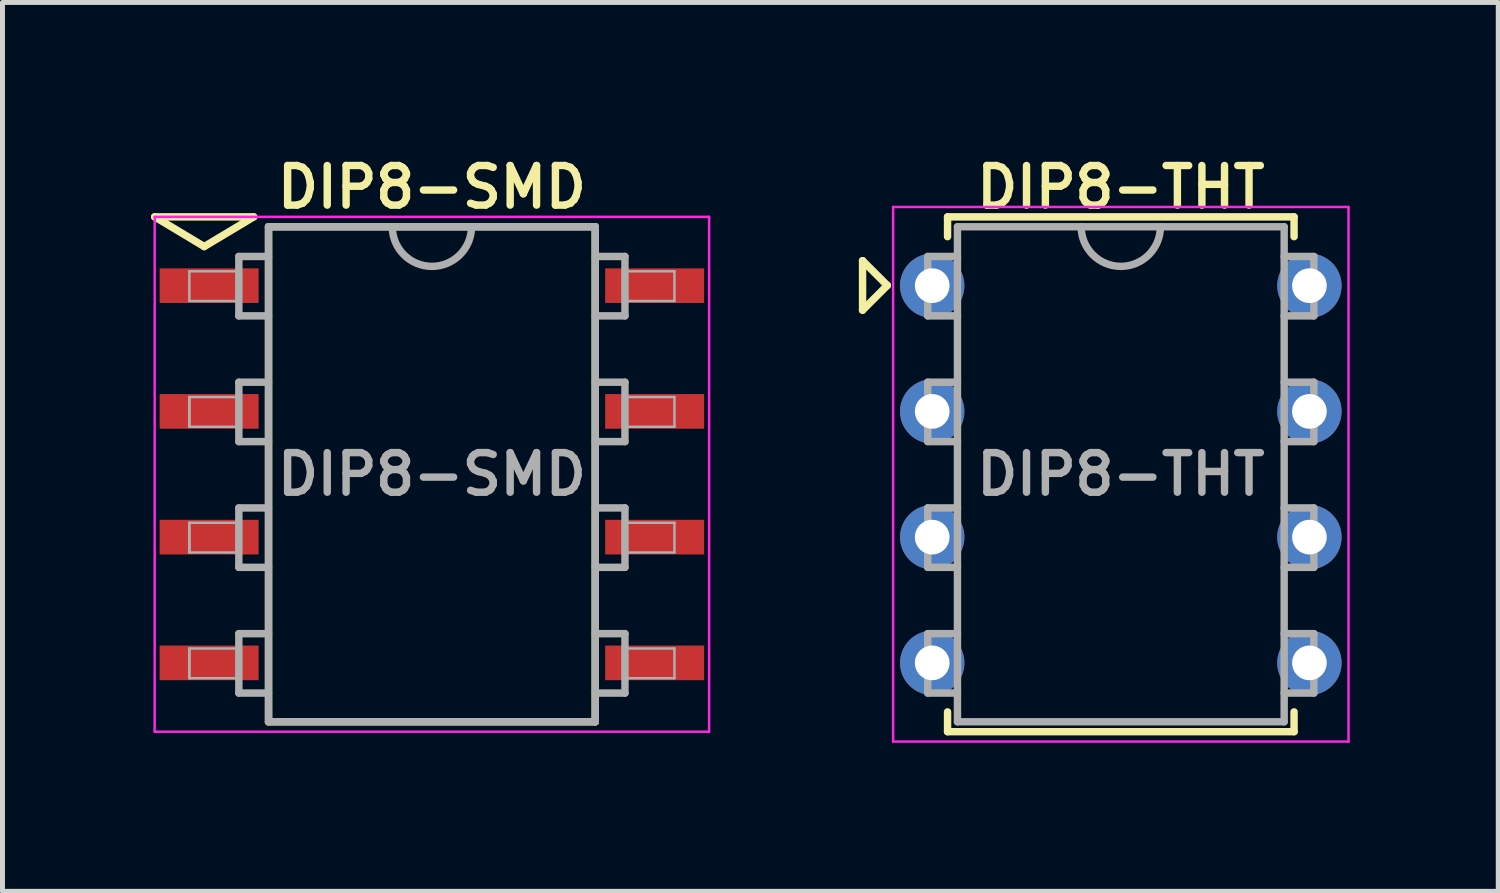
<source format=kicad_pcb>
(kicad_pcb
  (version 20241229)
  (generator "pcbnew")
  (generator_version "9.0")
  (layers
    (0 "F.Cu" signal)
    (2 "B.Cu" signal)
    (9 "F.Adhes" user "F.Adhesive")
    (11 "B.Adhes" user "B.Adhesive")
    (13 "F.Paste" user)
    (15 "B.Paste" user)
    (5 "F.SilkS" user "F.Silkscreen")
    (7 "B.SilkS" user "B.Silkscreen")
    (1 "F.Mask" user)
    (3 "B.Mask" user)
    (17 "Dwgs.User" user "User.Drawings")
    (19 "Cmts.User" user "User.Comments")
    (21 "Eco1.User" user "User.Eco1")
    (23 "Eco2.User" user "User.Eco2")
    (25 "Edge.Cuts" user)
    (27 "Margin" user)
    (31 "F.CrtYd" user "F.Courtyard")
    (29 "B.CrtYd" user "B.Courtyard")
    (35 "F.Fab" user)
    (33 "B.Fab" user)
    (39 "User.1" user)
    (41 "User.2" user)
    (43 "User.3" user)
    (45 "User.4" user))
  (footprint "DIP8-THT"
    (layer "F.Cu")
    (at 19.592 6.531)
    (property "Reference" "DIP8-THT" (at 0 -5.8 0) (layer "F.SilkS") (effects (font (size 0.8 0.8) (thickness 0.15))))
    (attr through_hole)
    (fp_line (start -5.217 -4.315) (end -4.717 -3.815) (stroke (width 0.15) (type solid)) (layer "F.SilkS"))
    (fp_line (start -5.217 -3.315) (end -5.217 -4.315) (stroke (width 0.15) (type solid)) (layer "F.SilkS"))
    (fp_line (start -4.717 -3.815) (end -5.217 -3.315) (stroke (width 0.15) (type solid)) (layer "F.SilkS"))
    (fp_line (start -3.5 -5.2) (end -3.5 -4.8) (stroke (width 0.15) (type solid)) (layer "F.SilkS"))
    (fp_line (start -3.5 -5.2) (end 3.5 -5.2) (stroke (width 0.15) (type solid)) (layer "F.SilkS"))
    (fp_line (start -3.5 5.2) (end -3.5 4.8) (stroke (width 0.15) (type solid)) (layer "F.SilkS"))
    (fp_line (start 3.5 -5.2) (end 3.5 -4.8) (stroke (width 0.15) (type solid)) (layer "F.SilkS"))
    (fp_line (start 3.5 5.2) (end -3.5 5.2) (stroke (width 0.15) (type solid)) (layer "F.SilkS"))
    (fp_line (start 3.5 5.2) (end 3.5 4.8) (stroke (width 0.15) (type solid)) (layer "F.SilkS"))
    (fp_line (start -4.6 -5.4) (end 4.6 -5.4) (stroke (width 0.05) (type solid)) (layer "F.CrtYd"))
    (fp_line (start -4.6 5.4) (end -4.6 -5.4) (stroke (width 0.05) (type solid)) (layer "F.CrtYd"))
    (fp_line (start 4.6 -5.4) (end 4.6 5.4) (stroke (width 0.05) (type solid)) (layer "F.CrtYd"))
    (fp_line (start 4.6 5.4) (end -4.6 5.4) (stroke (width 0.05) (type solid)) (layer "F.CrtYd"))
    (fp_line (start -3.9 -4.4) (end -3.9 -3.2) (stroke (width 0.15) (type solid)) (layer "F.Fab"))
    (fp_line (start -3.9 -3.2) (end -3.3 -3.2) (stroke (width 0.15) (type solid)) (layer "F.Fab"))
    (fp_line (start -3.9 -1.86) (end -3.9 -0.66) (stroke (width 0.15) (type solid)) (layer "F.Fab"))
    (fp_line (start -3.9 -0.66) (end -3.3 -0.66) (stroke (width 0.15) (type solid)) (layer "F.Fab"))
    (fp_line (start -3.9 0.68) (end -3.9 1.88) (stroke (width 0.15) (type solid)) (layer "F.Fab"))
    (fp_line (start -3.9 1.88) (end -3.3 1.88) (stroke (width 0.15) (type solid)) (layer "F.Fab"))
    (fp_line (start -3.9 3.22) (end -3.9 4.42) (stroke (width 0.15) (type solid)) (layer "F.Fab"))
    (fp_line (start -3.9 4.42) (end -3.3 4.42) (stroke (width 0.15) (type solid)) (layer "F.Fab"))
    (fp_line (start -3.3 -5) (end -3.3 5) (stroke (width 0.15) (type solid)) (layer "F.Fab"))
    (fp_line (start -3.3 -4.4) (end -3.9 -4.4) (stroke (width 0.15) (type solid)) (layer "F.Fab"))
    (fp_line (start -3.3 -1.86) (end -3.9 -1.86) (stroke (width 0.15) (type solid)) (layer "F.Fab"))
    (fp_line (start -3.3 0.68) (end -3.9 0.68) (stroke (width 0.15) (type solid)) (layer "F.Fab"))
    (fp_line (start -3.3 3.22) (end -3.9 3.22) (stroke (width 0.15) (type solid)) (layer "F.Fab"))
    (fp_line (start -3.3 5) (end 3.3 5) (stroke (width 0.15) (type solid)) (layer "F.Fab"))
    (fp_line (start 3.3 -5) (end -3.3 -5) (stroke (width 0.15) (type solid)) (layer "F.Fab"))
    (fp_line (start 3.3 -3.2) (end 3.9 -3.2) (stroke (width 0.15) (type solid)) (layer "F.Fab"))
    (fp_line (start 3.3 -0.66) (end 3.9 -0.66) (stroke (width 0.15) (type solid)) (layer "F.Fab"))
    (fp_line (start 3.3 1.88) (end 3.9 1.88) (stroke (width 0.15) (type solid)) (layer "F.Fab"))
    (fp_line (start 3.3 4.42) (end 3.9 4.42) (stroke (width 0.15) (type solid)) (layer "F.Fab"))
    (fp_line (start 3.3 5) (end 3.3 -5) (stroke (width 0.15) (type solid)) (layer "F.Fab"))
    (fp_line (start 3.9 -4.4) (end 3.3 -4.4) (stroke (width 0.15) (type solid)) (layer "F.Fab"))
    (fp_line (start 3.9 -4.4) (end 3.9 -3.2) (stroke (width 0.15) (type solid)) (layer "F.Fab"))
    (fp_line (start 3.9 -1.86) (end 3.3 -1.86) (stroke (width 0.15) (type solid)) (layer "F.Fab"))
    (fp_line (start 3.9 -1.86) (end 3.9 -0.66) (stroke (width 0.15) (type solid)) (layer "F.Fab"))
    (fp_line (start 3.9 0.68) (end 3.3 0.68) (stroke (width 0.15) (type solid)) (layer "F.Fab"))
    (fp_line (start 3.9 0.68) (end 3.9 1.88) (stroke (width 0.15) (type solid)) (layer "F.Fab"))
    (fp_line (start 3.9 3.22) (end 3.3 3.22) (stroke (width 0.15) (type solid)) (layer "F.Fab"))
    (fp_line (start 3.9 3.22) (end 3.9 4.42) (stroke (width 0.15) (type solid)) (layer "F.Fab"))
    (fp_arc (start 0.8 -5) (mid 0 -4.2) (end -0.8 -5) (stroke (width 0.15) (type solid)) (layer "F.Fab"))
    (fp_text user "${REFERENCE}" (at 0 0 0) (layer "F.Fab") (effects (font (size 0.8 0.8) (thickness 0.15))))
    (pad "1" thru_hole circle (at -3.81 -3.81) (size 1.3 1.3) (drill 0.7) (layers "*.Cu" "*.Mask"))
    (pad "2" thru_hole circle (at -3.81 -1.27) (size 1.3 1.3) (drill 0.7) (layers "*.Cu" "*.Mask"))
    (pad "3" thru_hole circle (at -3.81 1.27) (size 1.3 1.3) (drill 0.7) (layers "*.Cu" "*.Mask"))
    (pad "4" thru_hole circle (at -3.81 3.81) (size 1.3 1.3) (drill 0.7) (layers "*.Cu" "*.Mask"))
    (pad "5" thru_hole circle (at 3.81 3.81) (size 1.3 1.3) (drill 0.7) (layers "*.Cu" "*.Mask"))
    (pad "6" thru_hole circle (at 3.81 1.27) (size 1.3 1.3) (drill 0.7) (layers "*.Cu" "*.Mask"))
    (pad "7" thru_hole circle (at 3.81 -1.27) (size 1.3 1.3) (drill 0.7) (layers "*.Cu" "*.Mask"))
    (pad "8" thru_hole circle (at 3.81 -3.81) (size 1.3 1.3) (drill 0.7) (layers "*.Cu" "*.Mask")))
  (footprint "DIP8-SMD"
    (layer "F.Cu")
    (at 5.675 6.531)
    (property "Reference" "DIP8-SMD" (at 0 -5.8 0) (layer "F.SilkS") (effects (font (size 0.8 0.8) (thickness 0.15))))
    (attr through_hole)
    (fp_line (start -5.6 -5.2) (end -3.6 -5.2) (stroke (width 0.15) (type solid)) (layer "F.SilkS"))
    (fp_line (start -4.6 -4.6) (end -5.6 -5.2) (stroke (width 0.15) (type solid)) (layer "F.SilkS"))
    (fp_line (start -3.6 -5.2) (end -4.6 -4.6) (stroke (width 0.15) (type solid)) (layer "F.SilkS"))
    (fp_line (start -3.3 -5) (end 3.3 -5) (stroke (width 0.15) (type solid)) (layer "F.SilkS"))
    (fp_line (start -3.3 5) (end -3.3 -5) (stroke (width 0.15) (type solid)) (layer "F.SilkS"))
    (fp_line (start 3.3 -5) (end 3.3 5) (stroke (width 0.15) (type solid)) (layer "F.SilkS"))
    (fp_line (start 3.3 5) (end -3.3 5) (stroke (width 0.15) (type solid)) (layer "F.SilkS"))
    (fp_line (start -5.6 -5.2) (end 5.6 -5.2) (stroke (width 0.05) (type solid)) (layer "F.CrtYd"))
    (fp_line (start -5.6 5.2) (end -5.6 -5.2) (stroke (width 0.05) (type solid)) (layer "F.CrtYd"))
    (fp_line (start 5.6 -5.2) (end 5.6 5.2) (stroke (width 0.05) (type solid)) (layer "F.CrtYd"))
    (fp_line (start 5.6 5.2) (end -5.6 5.2) (stroke (width 0.05) (type solid)) (layer "F.CrtYd"))
    (fp_line (start -4.9 -4.1) (end -4.9 -3.5) (stroke (width 0.05) (type solid)) (layer "F.Fab"))
    (fp_line (start -4.9 -3.5) (end -3.9 -3.5) (stroke (width 0.05) (type solid)) (layer "F.Fab"))
    (fp_line (start -4.9 -1.56) (end -4.9 -0.96) (stroke (width 0.05) (type solid)) (layer "F.Fab"))
    (fp_line (start -4.9 -1.56) (end -4.9 -0.96) (stroke (width 0.05) (type solid)) (layer "F.Fab"))
    (fp_line (start -4.9 -0.96) (end -3.9 -0.96) (stroke (width 0.05) (type solid)) (layer "F.Fab"))
    (fp_line (start -4.9 0.98) (end -4.9 1.58) (stroke (width 0.05) (type solid)) (layer "F.Fab"))
    (fp_line (start -4.9 0.98) (end -4.9 1.58) (stroke (width 0.05) (type solid)) (layer "F.Fab"))
    (fp_line (start -4.9 1.58) (end -3.9 1.58) (stroke (width 0.05) (type solid)) (layer "F.Fab"))
    (fp_line (start -4.9 3.52) (end -4.9 4.12) (stroke (width 0.05) (type solid)) (layer "F.Fab"))
    (fp_line (start -4.9 3.52) (end -4.9 4.12) (stroke (width 0.05) (type solid)) (layer "F.Fab"))
    (fp_line (start -4.9 4.12) (end -3.9 4.12) (stroke (width 0.05) (type solid)) (layer "F.Fab"))
    (fp_line (start -3.9 -4.4) (end -3.9 -3.2) (stroke (width 0.15) (type solid)) (layer "F.Fab"))
    (fp_line (start -3.9 -4.1) (end -4.9 -4.1) (stroke (width 0.05) (type solid)) (layer "F.Fab"))
    (fp_line (start -3.9 -3.2) (end -3.3 -3.2) (stroke (width 0.15) (type solid)) (layer "F.Fab"))
    (fp_line (start -3.9 -1.86) (end -3.9 -0.66) (stroke (width 0.15) (type solid)) (layer "F.Fab"))
    (fp_line (start -3.9 -1.56) (end -4.9 -1.56) (stroke (width 0.05) (type solid)) (layer "F.Fab"))
    (fp_line (start -3.9 -0.66) (end -3.3 -0.66) (stroke (width 0.15) (type solid)) (layer "F.Fab"))
    (fp_line (start -3.9 0.68) (end -3.9 1.88) (stroke (width 0.15) (type solid)) (layer "F.Fab"))
    (fp_line (start -3.9 0.98) (end -4.9 0.98) (stroke (width 0.05) (type solid)) (layer "F.Fab"))
    (fp_line (start -3.9 1.88) (end -3.3 1.88) (stroke (width 0.15) (type solid)) (layer "F.Fab"))
    (fp_line (start -3.9 3.22) (end -3.9 4.42) (stroke (width 0.15) (type solid)) (layer "F.Fab"))
    (fp_line (start -3.9 3.52) (end -4.9 3.52) (stroke (width 0.05) (type solid)) (layer "F.Fab"))
    (fp_line (start -3.9 4.42) (end -3.3 4.42) (stroke (width 0.15) (type solid)) (layer "F.Fab"))
    (fp_line (start -3.3 -5) (end -3.3 5) (stroke (width 0.15) (type solid)) (layer "F.Fab"))
    (fp_line (start -3.3 -4.4) (end -3.9 -4.4) (stroke (width 0.15) (type solid)) (layer "F.Fab"))
    (fp_line (start -3.3 -1.86) (end -3.9 -1.86) (stroke (width 0.15) (type solid)) (layer "F.Fab"))
    (fp_line (start -3.3 0.68) (end -3.9 0.68) (stroke (width 0.15) (type solid)) (layer "F.Fab"))
    (fp_line (start -3.3 3.22) (end -3.9 3.22) (stroke (width 0.15) (type solid)) (layer "F.Fab"))
    (fp_line (start -3.3 5) (end 3.3 5) (stroke (width 0.15) (type solid)) (layer "F.Fab"))
    (fp_line (start 3.3 -5) (end -3.3 -5) (stroke (width 0.15) (type solid)) (layer "F.Fab"))
    (fp_line (start 3.3 -3.2) (end 3.9 -3.2) (stroke (width 0.15) (type solid)) (layer "F.Fab"))
    (fp_line (start 3.3 -0.66) (end 3.9 -0.66) (stroke (width 0.15) (type solid)) (layer "F.Fab"))
    (fp_line (start 3.3 1.88) (end 3.9 1.88) (stroke (width 0.15) (type solid)) (layer "F.Fab"))
    (fp_line (start 3.3 4.42) (end 3.9 4.42) (stroke (width 0.15) (type solid)) (layer "F.Fab"))
    (fp_line (start 3.3 5) (end 3.3 -5) (stroke (width 0.15) (type solid)) (layer "F.Fab"))
    (fp_line (start 3.9 -4.4) (end 3.3 -4.4) (stroke (width 0.15) (type solid)) (layer "F.Fab"))
    (fp_line (start 3.9 -4.4) (end 3.9 -3.2) (stroke (width 0.15) (type solid)) (layer "F.Fab"))
    (fp_line (start 3.9 -1.86) (end 3.3 -1.86) (stroke (width 0.15) (type solid)) (layer "F.Fab"))
    (fp_line (start 3.9 -1.86) (end 3.9 -0.66) (stroke (width 0.15) (type solid)) (layer "F.Fab"))
    (fp_line (start 3.9 0.68) (end 3.3 0.68) (stroke (width 0.15) (type solid)) (layer "F.Fab"))
    (fp_line (start 3.9 0.68) (end 3.9 1.88) (stroke (width 0.15) (type solid)) (layer "F.Fab"))
    (fp_line (start 3.9 3.22) (end 3.3 3.22) (stroke (width 0.15) (type solid)) (layer "F.Fab"))
    (fp_line (start 3.9 3.22) (end 3.9 4.42) (stroke (width 0.15) (type solid)) (layer "F.Fab"))
    (fp_line (start 4.9 -4.1) (end 3.9 -4.1) (stroke (width 0.05) (type solid)) (layer "F.Fab"))
    (fp_line (start 4.9 -4.1) (end 4.9 -3.5) (stroke (width 0.05) (type solid)) (layer "F.Fab"))
    (fp_line (start 4.9 -3.5) (end 3.9 -3.5) (stroke (width 0.05) (type solid)) (layer "F.Fab"))
    (fp_line (start 4.9 -1.56) (end 3.9 -1.56) (stroke (width 0.05) (type solid)) (layer "F.Fab"))
    (fp_line (start 4.9 -1.56) (end 4.9 -0.96) (stroke (width 0.05) (type solid)) (layer "F.Fab"))
    (fp_line (start 4.9 -0.96) (end 3.9 -0.96) (stroke (width 0.05) (type solid)) (layer "F.Fab"))
    (fp_line (start 4.9 0.98) (end 3.9 0.98) (stroke (width 0.05) (type solid)) (layer "F.Fab"))
    (fp_line (start 4.9 0.98) (end 4.9 1.58) (stroke (width 0.05) (type solid)) (layer "F.Fab"))
    (fp_line (start 4.9 1.58) (end 3.9 1.58) (stroke (width 0.05) (type solid)) (layer "F.Fab"))
    (fp_line (start 4.9 3.52) (end 3.9 3.52) (stroke (width 0.05) (type solid)) (layer "F.Fab"))
    (fp_line (start 4.9 3.52) (end 4.9 4.12) (stroke (width 0.05) (type solid)) (layer "F.Fab"))
    (fp_line (start 4.9 4.12) (end 3.9 4.12) (stroke (width 0.05) (type solid)) (layer "F.Fab"))
    (fp_arc (start 0.8 -5) (mid 0 -4.2) (end -0.8 -5) (stroke (width 0.15) (type solid)) (layer "F.Fab"))
    (fp_text user "${REFERENCE}" (at 0 0 0) (layer "F.Fab") (effects (font (size 0.8 0.8) (thickness 0.15))))
    (pad "1" smd rect (at -4.5 -3.81) (size 2 0.7) (layers "F.Cu" "F.Mask" "F.Paste"))
    (pad "2" smd rect (at -4.5 -1.27) (size 2 0.7) (layers "F.Cu" "F.Mask" "F.Paste"))
    (pad "3" smd rect (at -4.5 1.27) (size 2 0.7) (layers "F.Cu" "F.Mask" "F.Paste"))
    (pad "4" smd rect (at -4.5 3.81) (size 2 0.7) (layers "F.Cu" "F.Mask" "F.Paste"))
    (pad "5" smd rect (at 4.5 3.81) (size 2 0.7) (layers "F.Cu" "F.Mask" "F.Paste"))
    (pad "6" smd rect (at 4.5 1.27) (size 2 0.7) (layers "F.Cu" "F.Mask" "F.Paste"))
    (pad "7" smd rect (at 4.5 -1.27) (size 2 0.7) (layers "F.Cu" "F.Mask" "F.Paste"))
    (pad "8" smd rect (at 4.5 -3.81) (size 2 0.7) (layers "F.Cu" "F.Mask" "F.Paste")))
  (gr_rect
    (start -3 -3)
    (end 27.217 14.956)
    (stroke (width 0.1) (type default))
    (fill no)
    (layer "Edge.Cuts")))
</source>
